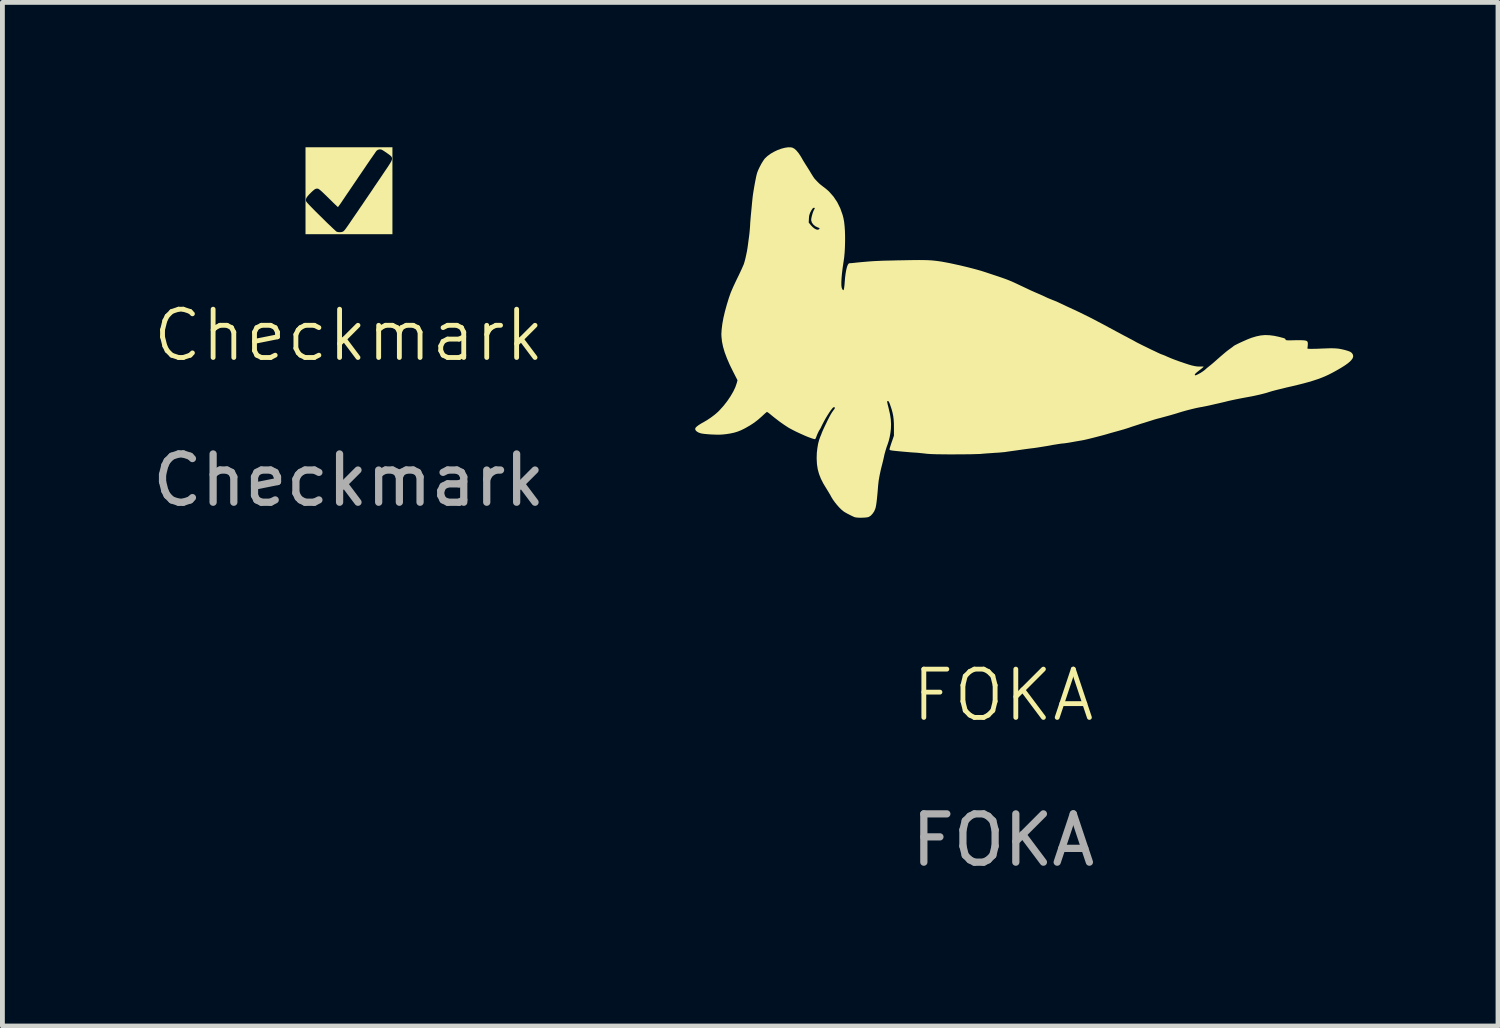
<source format=kicad_pcb>
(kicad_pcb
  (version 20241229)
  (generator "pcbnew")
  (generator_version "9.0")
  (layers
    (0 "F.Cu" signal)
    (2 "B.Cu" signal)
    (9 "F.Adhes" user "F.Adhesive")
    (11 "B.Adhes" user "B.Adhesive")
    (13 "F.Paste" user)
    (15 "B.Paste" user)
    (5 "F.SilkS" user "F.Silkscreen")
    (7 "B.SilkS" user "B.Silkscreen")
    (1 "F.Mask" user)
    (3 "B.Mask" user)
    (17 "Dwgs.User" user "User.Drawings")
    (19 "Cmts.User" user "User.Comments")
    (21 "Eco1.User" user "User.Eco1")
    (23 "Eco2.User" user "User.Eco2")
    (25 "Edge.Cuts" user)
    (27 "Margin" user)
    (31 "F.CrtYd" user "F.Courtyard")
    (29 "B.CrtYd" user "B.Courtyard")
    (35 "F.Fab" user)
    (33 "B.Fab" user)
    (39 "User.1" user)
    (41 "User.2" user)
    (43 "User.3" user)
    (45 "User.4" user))
  (footprint "Checkmark"
    (layer "F.Cu")
    (at 4.173 0.896)
    (property "Reference" "Checkmark" (at 0 3 0) (unlocked yes) (layer "F.SilkS") (effects (font (size 1 1) (thickness 0.1))))
    (attr smd)
    (fp_poly (pts (xy 0.904 0.004) (xy 0.904 0.904) (xy 0.004 0.904) (xy -0.896 0.904) (xy -0.896 0.194) (xy -0.888 0.194) (xy -0.887 0.208) (xy -0.884 0.221) (xy -0.875 0.235) (xy -0.861 0.253) (xy -0.838 0.278) (xy -0.815 0.303) (xy -0.778 0.341) (xy -0.736 0.384) (xy -0.689 0.432) (xy -0.638 0.482) (xy -0.586 0.533) (xy -0.533 0.585) (xy -0.482 0.636) (xy -0.432 0.685) (xy -0.385 0.729) (xy -0.344 0.769) (xy -0.308 0.802) (xy -0.28 0.828) (xy -0.261 0.845) (xy -0.252 0.852) (xy -0.22 0.861) (xy -0.181 0.863) (xy -0.143 0.858) (xy -0.123 0.851) (xy -0.114 0.846) (xy -0.105 0.839) (xy -0.094 0.828) (xy -0.08 0.812) (xy -0.063 0.79) (xy -0.041 0.759) (xy -0.013 0.719) (xy 0.022 0.669) (xy 0.049 0.628) (xy 0.119 0.526) (xy 0.181 0.436) (xy 0.235 0.356) (xy 0.285 0.284) (xy 0.329 0.218) (xy 0.37 0.158) (xy 0.408 0.102) (xy 0.446 0.047) (xy 0.483 -0.008) (xy 0.507 -0.044) (xy 0.535 -0.086) (xy 0.571 -0.139) (xy 0.611 -0.198) (xy 0.654 -0.261) (xy 0.697 -0.325) (xy 0.739 -0.387) (xy 0.747 -0.4) (xy 0.793 -0.467) (xy 0.83 -0.523) (xy 0.859 -0.569) (xy 0.88 -0.606) (xy 0.892 -0.636) (xy 0.896 -0.661) (xy 0.893 -0.683) (xy 0.882 -0.703) (xy 0.863 -0.722) (xy 0.837 -0.743) (xy 0.803 -0.767) (xy 0.781 -0.783) (xy 0.747 -0.806) (xy 0.715 -0.827) (xy 0.689 -0.842) (xy 0.674 -0.849) (xy 0.638 -0.853) (xy 0.603 -0.844) (xy 0.575 -0.823) (xy 0.57 -0.818) (xy 0.558 -0.801) (xy 0.539 -0.773) (xy 0.512 -0.734) (xy 0.48 -0.688) (xy 0.443 -0.635) (xy 0.403 -0.576) (xy 0.361 -0.515) (xy 0.318 -0.451) (xy 0.275 -0.388) (xy 0.233 -0.326) (xy 0.193 -0.268) (xy 0.191 -0.264) (xy 0.153 -0.208) (xy 0.114 -0.151) (xy 0.077 -0.096) (xy 0.043 -0.046) (xy 0.014 -0.003) (xy -0.007 0.028) (xy -0.037 0.071) (xy -0.071 0.122) (xy -0.106 0.174) (xy -0.139 0.223) (xy -0.146 0.234) (xy -0.171 0.27) (xy -0.193 0.301) (xy -0.211 0.325) (xy -0.222 0.339) (xy -0.225 0.342) (xy -0.233 0.336) (xy -0.249 0.32) (xy -0.274 0.297) (xy -0.305 0.267) (xy -0.34 0.233) (xy -0.353 0.22) (xy -0.415 0.159) (xy -0.467 0.108) (xy -0.51 0.067) (xy -0.544 0.034) (xy -0.572 0.009) (xy -0.594 -0.01) (xy -0.611 -0.023) (xy -0.624 -0.032) (xy -0.635 -0.037) (xy -0.644 -0.039) (xy -0.653 -0.04) (xy -0.654 -0.04) (xy -0.673 -0.039) (xy -0.691 -0.033) (xy -0.711 -0.021) (xy -0.735 -0.002) (xy -0.767 0.027) (xy -0.775 0.035) (xy -0.818 0.078) (xy -0.85 0.114) (xy -0.872 0.144) (xy -0.884 0.169) (xy -0.888 0.192) (xy -0.888 0.194) (xy -0.896 0.194) (xy -0.896 0.004) (xy -0.896 -0.896) (xy 0.004 -0.896) (xy 0.904 -0.896)) (stroke (width 0) (type solid)) (fill yes) (layer "F.SilkS"))
    (fp_text user "${REFERENCE}" (at 0 6 0) (unlocked yes) (layer "F.Fab") (effects (font (size 1 1) (thickness 0.15)))))
  (footprint "FOKA"
    (layer "F.Cu")
    (at 17.725 3.35)
    (property "Reference" "FOKA" (at 0 8 0) (unlocked yes) (layer "F.SilkS") (effects (font (size 1 1) (thickness 0.1))))
    (attr smd)
    (fp_poly (pts (xy -6.372 2.462) (xy -6.349 2.436) (xy -6.31 2.406) (xy -6.255 2.371) (xy -6.199 2.34) (xy -6.125 2.296) (xy -6.048 2.244) (xy -5.974 2.188) (xy -5.909 2.132) (xy -5.876 2.099) (xy -5.792 2.006) (xy -5.715 1.908) (xy -5.648 1.809) (xy -5.591 1.712) (xy -5.547 1.62) (xy -5.518 1.535) (xy -5.516 1.531) (xy -5.502 1.474) (xy -5.588 1.306) (xy -5.661 1.158) (xy -5.72 1.022) (xy -5.767 0.897) (xy -5.801 0.781) (xy -5.823 0.673) (xy -5.834 0.571) (xy -5.836 0.518) (xy -5.83 0.421) (xy -5.816 0.309) (xy -5.794 0.186) (xy -5.763 0.054) (xy -5.725 -0.085) (xy -5.681 -0.228) (xy -5.65 -0.318) (xy -5.636 -0.354) (xy -5.614 -0.405) (xy -5.588 -0.465) (xy -5.557 -0.531) (xy -5.525 -0.599) (xy -5.505 -0.64) (xy -5.473 -0.705) (xy -5.443 -0.769) (xy -5.416 -0.827) (xy -5.394 -0.877) (xy -5.377 -0.915) (xy -5.37 -0.933) (xy -5.355 -0.983) (xy -5.338 -1.047) (xy -5.322 -1.12) (xy -5.306 -1.196) (xy -5.294 -1.27) (xy -5.285 -1.333) (xy -5.278 -1.387) (xy -5.27 -1.447) (xy -5.262 -1.504) (xy -5.261 -1.514) (xy -5.255 -1.563) (xy -5.249 -1.624) (xy -5.244 -1.686) (xy -5.241 -1.729) (xy -5.238 -1.79) (xy -5.232 -1.861) (xy -5.226 -1.932) (xy -5.221 -1.983) (xy -5.215 -2.046) (xy -5.208 -2.117) (xy -5.202 -2.184) (xy -5.197 -2.232) (xy -5.191 -2.293) (xy -5.184 -2.352) (xy -5.175 -2.413) (xy -5.164 -2.48) (xy -5.151 -2.557) (xy -5.134 -2.648) (xy -5.128 -2.677) (xy -5.116 -2.738) (xy -5.105 -2.785) (xy -5.094 -2.824) (xy -5.08 -2.861) (xy -5.062 -2.902) (xy -5.039 -2.949) (xy -5.01 -3.004) (xy -4.98 -3.054) (xy -4.953 -3.095) (xy -4.935 -3.118) (xy -4.882 -3.168) (xy -4.818 -3.215) (xy -4.746 -3.257) (xy -4.67 -3.293) (xy -4.593 -3.321) (xy -4.519 -3.34) (xy -4.45 -3.35) (xy -4.39 -3.348) (xy -4.362 -3.341) (xy -4.323 -3.32) (xy -4.281 -3.282) (xy -4.236 -3.228) (xy -4.192 -3.161) (xy -4.174 -3.131) (xy -4.148 -3.085) (xy -4.12 -3.039) (xy -4.096 -3) (xy -4.083 -2.98) (xy -4.063 -2.949) (xy -4.037 -2.907) (xy -4.008 -2.861) (xy -3.987 -2.825) (xy -3.961 -2.783) (xy -3.937 -2.745) (xy -3.917 -2.715) (xy -3.905 -2.699) (xy -3.88 -2.672) (xy -3.85 -2.64) (xy -3.82 -2.61) (xy -3.794 -2.586) (xy -3.785 -2.579) (xy -3.733 -2.538) (xy -3.693 -2.507) (xy -3.662 -2.483) (xy -3.639 -2.463) (xy -3.619 -2.445) (xy -3.604 -2.431) (xy -3.514 -2.329) (xy -3.437 -2.214) (xy -3.374 -2.087) (xy -3.325 -1.949) (xy -3.308 -1.883) (xy -3.294 -1.809) (xy -3.284 -1.72) (xy -3.277 -1.619) (xy -3.274 -1.509) (xy -3.274 -1.396) (xy -3.277 -1.281) (xy -3.283 -1.17) (xy -3.293 -1.065) (xy -3.305 -0.982) (xy -3.324 -0.854) (xy -3.338 -0.741) (xy -3.347 -0.642) (xy -3.351 -0.56) (xy -3.351 -0.494) (xy -3.345 -0.445) (xy -3.336 -0.42) (xy -3.323 -0.398) (xy -3.312 -0.39) (xy -3.304 -0.395) (xy -3.297 -0.417) (xy -3.291 -0.455) (xy -3.285 -0.51) (xy -3.282 -0.552) (xy -3.274 -0.65) (xy -3.263 -0.736) (xy -3.25 -0.81) (xy -3.235 -0.869) (xy -3.219 -0.913) (xy -3.202 -0.939) (xy -3.186 -0.948) (xy -3.172 -0.949) (xy -3.141 -0.951) (xy -3.098 -0.955) (xy -3.045 -0.961) (xy -2.985 -0.967) (xy -2.975 -0.968) (xy -2.911 -0.974) (xy -2.851 -0.979) (xy -2.795 -0.984) (xy -2.739 -0.988) (xy -2.682 -0.992) (xy -2.622 -0.995) (xy -2.555 -0.998) (xy -2.482 -1.001) (xy -2.398 -1.003) (xy -2.303 -1.005) (xy -2.194 -1.008) (xy -2.069 -1.01) (xy -1.972 -1.012) (xy -1.849 -1.014) (xy -1.742 -1.015) (xy -1.649 -1.014) (xy -1.565 -1.012) (xy -1.489 -1.008) (xy -1.416 -1.001) (xy -1.344 -0.992) (xy -1.269 -0.981) (xy -1.189 -0.966) (xy -1.1 -0.949) (xy -1.026 -0.933) (xy -0.931 -0.912) (xy -0.831 -0.889) (xy -0.731 -0.865) (xy -0.634 -0.84) (xy -0.544 -0.816) (xy -0.466 -0.794) (xy -0.402 -0.774) (xy -0.401 -0.773) (xy -0.368 -0.763) (xy -0.323 -0.748) (xy -0.269 -0.73) (xy -0.212 -0.711) (xy -0.191 -0.704) (xy -0.103 -0.675) (xy -0.03 -0.65) (xy 0.035 -0.627) (xy 0.094 -0.605) (xy 0.153 -0.581) (xy 0.215 -0.554) (xy 0.284 -0.522) (xy 0.366 -0.483) (xy 0.396 -0.469) (xy 0.466 -0.436) (xy 0.523 -0.409) (xy 0.569 -0.387) (xy 0.61 -0.369) (xy 0.649 -0.352) (xy 0.689 -0.334) (xy 0.725 -0.319) (xy 0.773 -0.298) (xy 0.82 -0.277) (xy 0.859 -0.259) (xy 0.88 -0.249) (xy 0.913 -0.233) (xy 0.956 -0.215) (xy 1.003 -0.196) (xy 1.02 -0.189) (xy 1.071 -0.169) (xy 1.127 -0.145) (xy 1.177 -0.122) (xy 1.187 -0.117) (xy 1.221 -0.101) (xy 1.268 -0.079) (xy 1.324 -0.052) (xy 1.385 -0.024) (xy 1.447 0.005) (xy 1.451 0.006) (xy 1.565 0.06) (xy 1.684 0.118) (xy 1.809 0.18) (xy 1.943 0.25) (xy 2.089 0.327) (xy 2.203 0.389) (xy 2.273 0.426) (xy 2.345 0.465) (xy 2.416 0.503) (xy 2.481 0.538) (xy 2.536 0.567) (xy 2.56 0.579) (xy 2.609 0.606) (xy 2.656 0.63) (xy 2.696 0.652) (xy 2.724 0.667) (xy 2.731 0.671) (xy 2.753 0.684) (xy 2.788 0.702) (xy 2.834 0.725) (xy 2.887 0.752) (xy 2.945 0.78) (xy 3.006 0.81) (xy 3.067 0.84) (xy 3.125 0.867) (xy 3.177 0.892) (xy 3.221 0.913) (xy 3.255 0.928) (xy 3.275 0.937) (xy 3.28 0.938) (xy 3.291 0.942) (xy 3.317 0.952) (xy 3.353 0.966) (xy 3.39 0.983) (xy 3.453 1.01) (xy 3.509 1.033) (xy 3.564 1.054) (xy 3.623 1.076) (xy 3.691 1.099) (xy 3.761 1.123) (xy 3.84 1.149) (xy 3.905 1.168) (xy 3.959 1.18) (xy 4.006 1.188) (xy 4.049 1.191) (xy 4.087 1.19) (xy 4.119 1.19) (xy 4.143 1.191) (xy 4.152 1.194) (xy 4.152 1.194) (xy 4.145 1.202) (xy 4.125 1.22) (xy 4.095 1.244) (xy 4.059 1.272) (xy 4.059 1.272) (xy 4.016 1.306) (xy 3.987 1.331) (xy 3.972 1.349) (xy 3.968 1.362) (xy 3.974 1.371) (xy 3.976 1.373) (xy 3.99 1.371) (xy 4.015 1.361) (xy 4.049 1.344) (xy 4.087 1.323) (xy 4.124 1.299) (xy 4.158 1.275) (xy 4.183 1.255) (xy 4.216 1.225) (xy 4.253 1.195) (xy 4.269 1.182) (xy 4.303 1.155) (xy 4.34 1.124) (xy 4.358 1.109) (xy 4.429 1.046) (xy 4.488 0.994) (xy 4.536 0.953) (xy 4.576 0.919) (xy 4.608 0.892) (xy 4.635 0.87) (xy 4.659 0.852) (xy 4.682 0.835) (xy 4.704 0.819) (xy 4.733 0.798) (xy 4.756 0.781) (xy 4.767 0.771) (xy 4.768 0.771) (xy 4.78 0.761) (xy 4.807 0.746) (xy 4.846 0.726) (xy 4.893 0.703) (xy 4.945 0.679) (xy 4.999 0.655) (xy 5.051 0.632) (xy 5.098 0.613) (xy 5.138 0.598) (xy 5.142 0.596) (xy 5.242 0.566) (xy 5.333 0.547) (xy 5.423 0.539) (xy 5.515 0.542) (xy 5.614 0.555) (xy 5.713 0.576) (xy 5.766 0.59) (xy 5.803 0.6) (xy 5.826 0.608) (xy 5.84 0.616) (xy 5.846 0.625) (xy 5.847 0.629) (xy 5.85 0.636) (xy 5.854 0.641) (xy 5.864 0.645) (xy 5.881 0.647) (xy 5.908 0.648) (xy 5.948 0.648) (xy 6.002 0.647) (xy 6.048 0.646) (xy 6.125 0.645) (xy 6.185 0.646) (xy 6.23 0.648) (xy 6.262 0.653) (xy 6.284 0.66) (xy 6.298 0.67) (xy 6.305 0.684) (xy 6.307 0.691) (xy 6.31 0.717) (xy 6.308 0.753) (xy 6.304 0.792) (xy 6.3 0.811) (xy 6.301 0.816) (xy 6.307 0.82) (xy 6.321 0.823) (xy 6.344 0.824) (xy 6.378 0.825) (xy 6.425 0.824) (xy 6.486 0.823) (xy 6.562 0.82) (xy 6.657 0.816) (xy 6.664 0.816) (xy 6.752 0.813) (xy 6.824 0.813) (xy 6.885 0.815) (xy 6.94 0.82) (xy 6.992 0.829) (xy 7.047 0.841) (xy 7.083 0.85) (xy 7.131 0.864) (xy 7.165 0.876) (xy 7.19 0.887) (xy 7.21 0.901) (xy 7.222 0.912) (xy 7.243 0.944) (xy 7.249 0.982) (xy 7.237 1.021) (xy 7.236 1.022) (xy 7.212 1.055) (xy 7.179 1.09) (xy 7.133 1.128) (xy 7.075 1.169) (xy 7.002 1.215) (xy 6.913 1.267) (xy 6.902 1.273) (xy 6.822 1.317) (xy 6.746 1.356) (xy 6.671 1.391) (xy 6.593 1.423) (xy 6.512 1.453) (xy 6.424 1.482) (xy 6.327 1.511) (xy 6.218 1.541) (xy 6.095 1.572) (xy 5.956 1.605) (xy 5.945 1.607) (xy 5.863 1.626) (xy 5.784 1.646) (xy 5.709 1.664) (xy 5.641 1.681) (xy 5.584 1.696) (xy 5.539 1.709) (xy 5.51 1.718) (xy 5.505 1.719) (xy 5.473 1.73) (xy 5.427 1.743) (xy 5.37 1.758) (xy 5.309 1.773) (xy 5.246 1.787) (xy 5.187 1.8) (xy 5.153 1.807) (xy 5.033 1.829) (xy 4.931 1.848) (xy 4.845 1.865) (xy 4.773 1.88) (xy 4.713 1.893) (xy 4.664 1.904) (xy 4.643 1.909) (xy 4.588 1.923) (xy 4.528 1.937) (xy 4.473 1.95) (xy 4.46 1.953) (xy 4.406 1.965) (xy 4.345 1.979) (xy 4.289 1.992) (xy 4.284 1.993) (xy 4.234 2.004) (xy 4.175 2.016) (xy 4.116 2.028) (xy 4.088 2.032) (xy 4.003 2.049) (xy 3.906 2.072) (xy 3.804 2.098) (xy 3.704 2.126) (xy 3.629 2.149) (xy 3.582 2.164) (xy 3.52 2.182) (xy 3.451 2.202) (xy 3.378 2.222) (xy 3.308 2.241) (xy 3.246 2.258) (xy 3.209 2.267) (xy 3.18 2.275) (xy 3.141 2.286) (xy 3.099 2.299) (xy 3.097 2.3) (xy 3.062 2.311) (xy 3.014 2.326) (xy 2.957 2.344) (xy 2.897 2.363) (xy 2.862 2.373) (xy 2.801 2.393) (xy 2.737 2.414) (xy 2.677 2.433) (xy 2.627 2.45) (xy 2.608 2.457) (xy 2.558 2.473) (xy 2.498 2.492) (xy 2.437 2.509) (xy 2.398 2.52) (xy 2.341 2.536) (xy 2.279 2.553) (xy 2.222 2.569) (xy 2.188 2.579) (xy 2.144 2.592) (xy 2.087 2.608) (xy 2.023 2.625) (xy 1.954 2.643) (xy 1.884 2.661) (xy 1.817 2.678) (xy 1.756 2.693) (xy 1.705 2.705) (xy 1.668 2.713) (xy 1.658 2.715) (xy 1.631 2.72) (xy 1.59 2.727) (xy 1.538 2.736) (xy 1.48 2.746) (xy 1.438 2.754) (xy 1.38 2.764) (xy 1.326 2.773) (xy 1.281 2.779) (xy 1.248 2.783) (xy 1.233 2.784) (xy 1.212 2.786) (xy 1.176 2.791) (xy 1.129 2.798) (xy 1.075 2.807) (xy 1.041 2.812) (xy 0.94 2.831) (xy 0.855 2.845) (xy 0.781 2.857) (xy 0.717 2.867) (xy 0.658 2.876) (xy 0.602 2.883) (xy 0.576 2.886) (xy 0.523 2.893) (xy 0.468 2.9) (xy 0.42 2.907) (xy 0.396 2.91) (xy 0.357 2.916) (xy 0.306 2.923) (xy 0.251 2.931) (xy 0.215 2.936) (xy 0.164 2.943) (xy 0.114 2.95) (xy 0.071 2.956) (xy 0.049 2.96) (xy 0.021 2.963) (xy -0.021 2.967) (xy -0.074 2.972) (xy -0.134 2.976) (xy -0.186 2.979) (xy -0.251 2.984) (xy -0.318 2.988) (xy -0.38 2.993) (xy -0.432 2.997) (xy -0.459 3) (xy -0.488 3.002) (xy -0.534 3.003) (xy -0.595 3.005) (xy -0.668 3.007) (xy -0.751 3.008) (xy -0.84 3.009) (xy -0.935 3.009) (xy -1.011 3.01) (xy -1.129 3.01) (xy -1.23 3.009) (xy -1.315 3.008) (xy -1.387 3.007) (xy -1.448 3.005) (xy -1.501 3.003) (xy -1.546 3) (xy -1.587 2.997) (xy -1.607 2.994) (xy -1.664 2.988) (xy -1.721 2.982) (xy -1.771 2.977) (xy -1.809 2.974) (xy -1.812 2.974) (xy -1.892 2.969) (xy -1.975 2.962) (xy -2.056 2.955) (xy -2.133 2.948) (xy -2.203 2.941) (xy -2.262 2.935) (xy -2.307 2.929) (xy -2.332 2.925) (xy -2.35 2.916) (xy -2.354 2.905) (xy -2.351 2.891) (xy -2.343 2.862) (xy -2.33 2.822) (xy -2.315 2.775) (xy -2.308 2.756) (xy -2.262 2.623) (xy -2.262 2.467) (xy -2.263 2.37) (xy -2.268 2.288) (xy -2.277 2.215) (xy -2.291 2.146) (xy -2.31 2.076) (xy -2.319 2.047) (xy -2.338 1.992) (xy -2.352 1.953) (xy -2.364 1.927) (xy -2.373 1.912) (xy -2.383 1.906) (xy -2.389 1.905) (xy -2.397 1.906) (xy -2.401 1.912) (xy -2.402 1.924) (xy -2.398 1.946) (xy -2.391 1.98) (xy -2.378 2.029) (xy -2.37 2.063) (xy -2.343 2.18) (xy -2.327 2.286) (xy -2.322 2.387) (xy -2.325 2.482) (xy -2.335 2.565) (xy -2.35 2.65) (xy -2.37 2.731) (xy -2.392 2.799) (xy -2.395 2.808) (xy -2.411 2.851) (xy -2.428 2.904) (xy -2.444 2.959) (xy -2.458 3.01) (xy -2.467 3.051) (xy -2.467 3.053) (xy -2.473 3.08) (xy -2.482 3.119) (xy -2.493 3.164) (xy -2.498 3.185) (xy -2.533 3.323) (xy -2.559 3.445) (xy -2.578 3.553) (xy -2.589 3.649) (xy -2.59 3.659) (xy -2.599 3.773) (xy -2.608 3.87) (xy -2.616 3.95) (xy -2.624 4.015) (xy -2.632 4.067) (xy -2.64 4.107) (xy -2.647 4.132) (xy -2.67 4.188) (xy -2.704 4.238) (xy -2.742 4.279) (xy -2.783 4.305) (xy -2.812 4.313) (xy -2.856 4.318) (xy -2.907 4.321) (xy -2.961 4.322) (xy -3.012 4.32) (xy -3.054 4.315) (xy -3.077 4.31) (xy -3.118 4.292) (xy -3.167 4.268) (xy -3.218 4.242) (xy -3.265 4.216) (xy -3.302 4.193) (xy -3.31 4.187) (xy -3.35 4.154) (xy -3.396 4.108) (xy -3.443 4.055) (xy -3.488 3.999) (xy -3.527 3.944) (xy -3.556 3.897) (xy -3.58 3.852) (xy -3.611 3.8) (xy -3.642 3.749) (xy -3.655 3.728) (xy -3.722 3.618) (xy -3.774 3.516) (xy -3.813 3.417) (xy -3.84 3.318) (xy -3.856 3.216) (xy -3.862 3.105) (xy -3.862 3.072) (xy -3.859 2.978) (xy -3.848 2.883) (xy -3.833 2.793) (xy -3.812 2.712) (xy -3.788 2.646) (xy -3.786 2.641) (xy -3.773 2.611) (xy -3.764 2.588) (xy -3.761 2.579) (xy -3.757 2.567) (xy -3.747 2.542) (xy -3.731 2.507) (xy -3.717 2.475) (xy -3.67 2.377) (xy -3.631 2.296) (xy -3.597 2.23) (xy -3.568 2.177) (xy -3.543 2.136) (xy -3.521 2.106) (xy -3.52 2.104) (xy -3.495 2.071) (xy -3.484 2.048) (xy -3.489 2.036) (xy -3.507 2.032) (xy -3.507 2.032) (xy -3.522 2.04) (xy -3.544 2.064) (xy -3.572 2.1) (xy -3.604 2.147) (xy -3.639 2.202) (xy -3.676 2.263) (xy -3.712 2.328) (xy -3.746 2.394) (xy -3.753 2.408) (xy -3.771 2.446) (xy -3.787 2.477) (xy -3.798 2.496) (xy -3.801 2.501) (xy -3.811 2.515) (xy -3.825 2.542) (xy -3.837 2.567) (xy -3.837 -1.642) (xy -3.813 -1.652) (xy -3.812 -1.653) (xy -3.802 -1.666) (xy -3.805 -1.675) (xy -3.824 -1.685) (xy -3.837 -1.689) (xy -3.89 -1.715) (xy -3.932 -1.75) (xy -3.962 -1.792) (xy -3.975 -1.836) (xy -3.976 -1.847) (xy -3.972 -1.882) (xy -3.962 -1.928) (xy -3.948 -1.978) (xy -3.932 -2.023) (xy -3.917 -2.055) (xy -3.904 -2.078) (xy -3.902 -2.089) (xy -3.909 -2.096) (xy -3.913 -2.097) (xy -3.93 -2.096) (xy -3.95 -2.078) (xy -3.972 -2.044) (xy -3.994 -2.003) (xy -4.009 -1.964) (xy -4.019 -1.923) (xy -4.023 -1.871) (xy -4.023 -1.87) (xy -4.027 -1.791) (xy -3.984 -1.738) (xy -3.945 -1.697) (xy -3.906 -1.666) (xy -3.869 -1.647) (xy -3.837 -1.642) (xy -3.837 2.567) (xy -3.841 2.576) (xy -3.856 2.61) (xy -3.867 2.64) (xy -3.869 2.646) (xy -3.88 2.673) (xy -3.891 2.691) (xy -3.895 2.694) (xy -3.913 2.693) (xy -3.945 2.684) (xy -3.989 2.669) (xy -4.043 2.649) (xy -4.103 2.624) (xy -4.168 2.595) (xy -4.234 2.565) (xy -4.299 2.534) (xy -4.36 2.503) (xy -4.415 2.474) (xy -4.45 2.454) (xy -4.537 2.397) (xy -4.635 2.328) (xy -4.741 2.246) (xy -4.843 2.163) (xy -4.868 2.144) (xy -4.887 2.133) (xy -4.894 2.131) (xy -4.904 2.139) (xy -4.926 2.157) (xy -4.956 2.184) (xy -4.991 2.217) (xy -5.004 2.229) (xy -5.08 2.295) (xy -5.158 2.355) (xy -5.244 2.411) (xy -5.342 2.467) (xy -5.365 2.479) (xy -5.433 2.512) (xy -5.501 2.539) (xy -5.571 2.56) (xy -5.649 2.577) (xy -5.74 2.591) (xy -5.808 2.598) (xy -5.855 2.601) (xy -5.915 2.602) (xy -5.983 2.6) (xy -6.054 2.597) (xy -6.123 2.592) (xy -6.186 2.586) (xy -6.237 2.579) (xy -6.261 2.574) (xy -6.308 2.558) (xy -6.345 2.536) (xy -6.37 2.51) (xy -6.379 2.483)) (stroke (width 0) (type solid)) (fill yes) (layer "F.SilkS"))
    (fp_text user "${REFERENCE}" (at 0 11 0) (unlocked yes) (layer "F.Fab") (effects (font (size 1 1) (thickness 0.15)))))
  (gr_rect
    (start -3 -3)
    (end 27.973 18.198)
    (stroke (width 0.1) (type default))
    (fill no)
    (layer "Edge.Cuts")))
</source>
